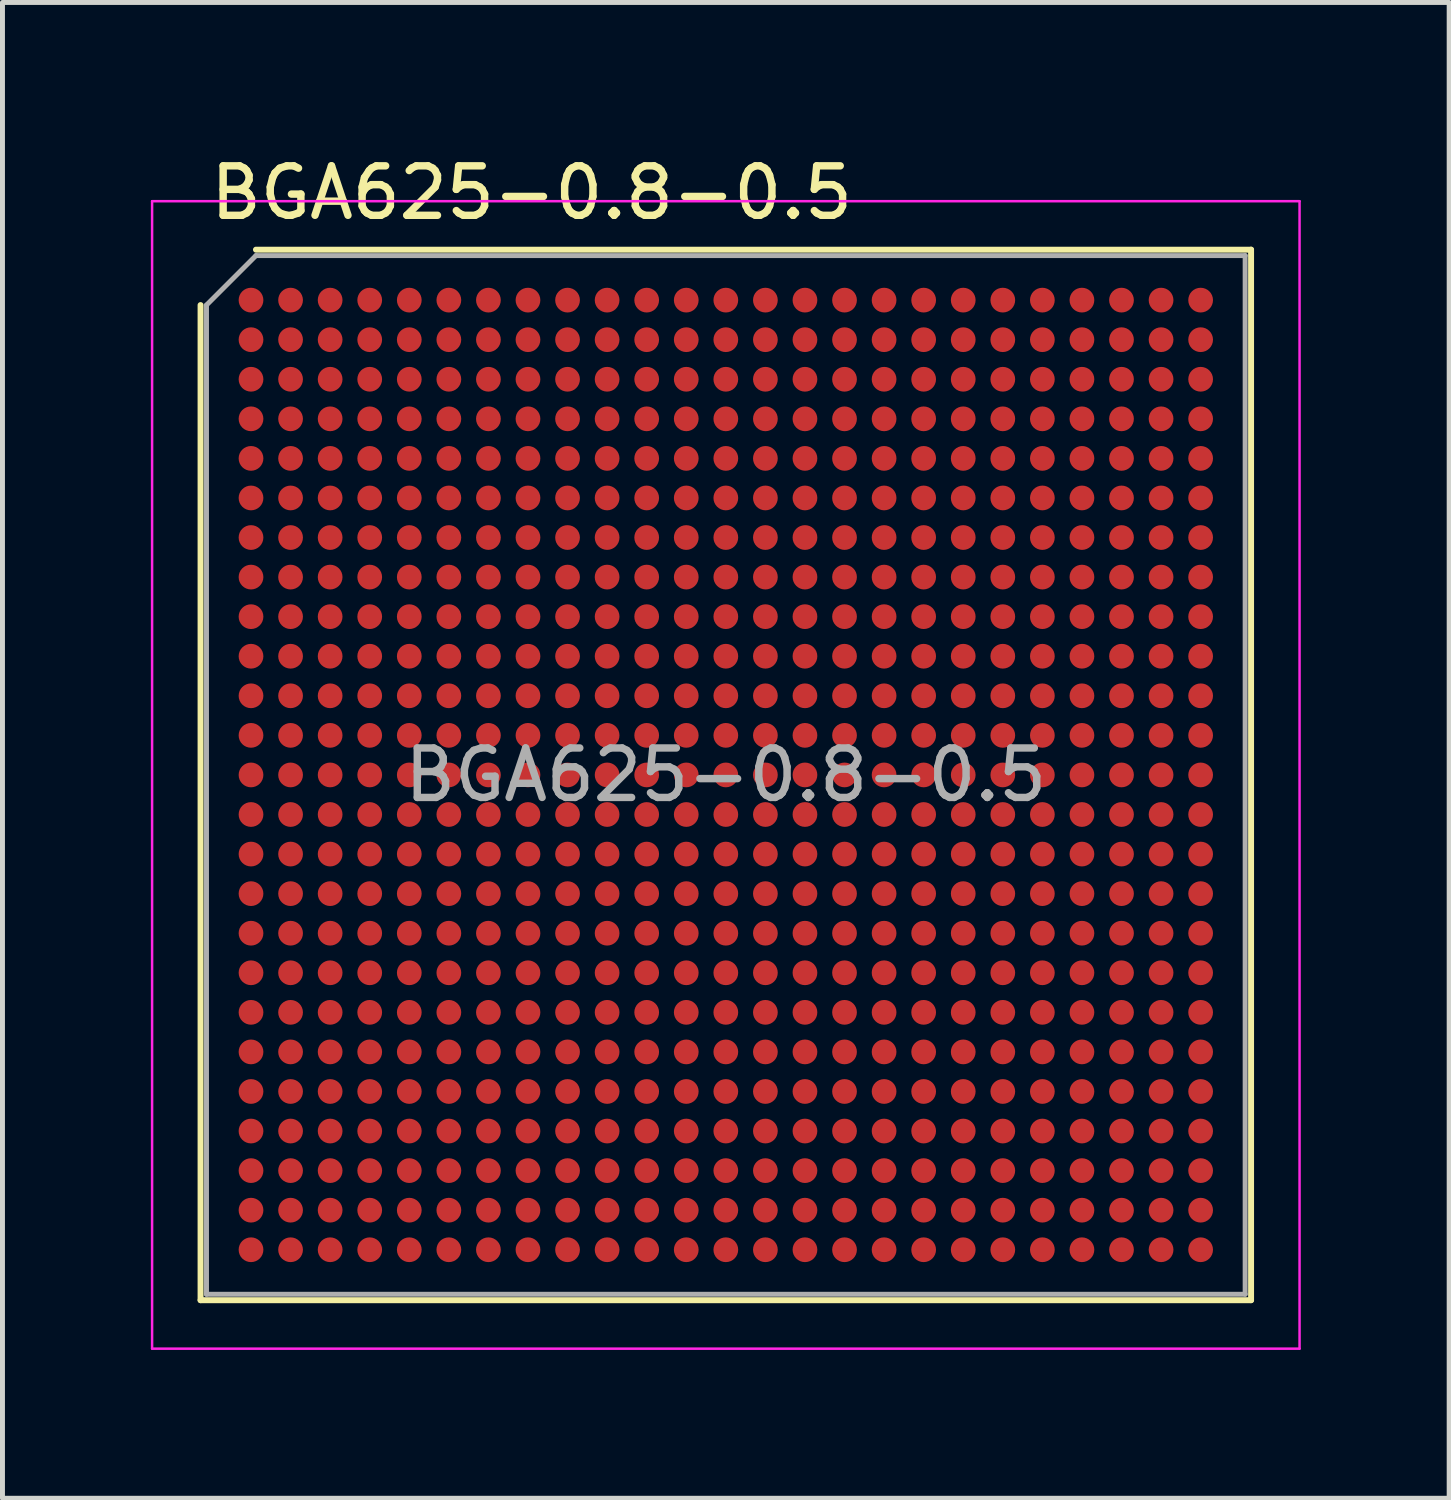
<source format=kicad_pcb>
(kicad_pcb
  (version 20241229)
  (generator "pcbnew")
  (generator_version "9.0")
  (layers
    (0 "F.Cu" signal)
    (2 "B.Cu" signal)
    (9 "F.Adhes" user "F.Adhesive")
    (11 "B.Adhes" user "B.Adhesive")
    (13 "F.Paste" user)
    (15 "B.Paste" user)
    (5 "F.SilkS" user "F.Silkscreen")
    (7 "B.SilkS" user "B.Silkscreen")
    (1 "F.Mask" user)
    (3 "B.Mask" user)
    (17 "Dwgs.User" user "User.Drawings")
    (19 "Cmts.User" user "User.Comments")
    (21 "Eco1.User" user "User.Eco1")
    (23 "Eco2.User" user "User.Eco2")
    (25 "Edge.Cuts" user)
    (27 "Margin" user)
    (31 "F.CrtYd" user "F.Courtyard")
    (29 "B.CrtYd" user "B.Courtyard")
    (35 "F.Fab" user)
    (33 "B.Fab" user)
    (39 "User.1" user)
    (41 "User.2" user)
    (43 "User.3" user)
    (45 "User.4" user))
  (footprint "BGA625-0.8-0.5"
    (layer "F.Cu")
    (at 11.625 12.618)
    (property "Reference" "BGA625-0.8-0.5" (at -10.5 -11.77 0) (layer "F.SilkS") (effects (font (size 1 1) (thickness 0.15)) (justify left)))
    (attr smd)
    (fp_line (start -10.62 -9.5) (end -10.62 10.62) (stroke (width 0.12) (type solid)) (layer "F.SilkS"))
    (fp_line (start -9.5 -10.62) (end 10.62 -10.62) (stroke (width 0.12) (type solid)) (layer "F.SilkS"))
    (fp_line (start 10.62 10.62) (end -10.62 10.62) (stroke (width 0.12) (type solid)) (layer "F.SilkS"))
    (fp_line (start 10.62 10.62) (end 10.62 -10.62) (stroke (width 0.12) (type solid)) (layer "F.SilkS"))
    (fp_line (start -11.6 -11.6) (end -11.6 11.6) (stroke (width 0.05) (type solid)) (layer "F.CrtYd"))
    (fp_line (start -11.6 -11.6) (end 11.6 -11.6) (stroke (width 0.05) (type solid)) (layer "F.CrtYd"))
    (fp_line (start 11.6 11.6) (end -11.6 11.6) (stroke (width 0.05) (type solid)) (layer "F.CrtYd"))
    (fp_line (start 11.6 11.6) (end 11.6 -11.6) (stroke (width 0.05) (type solid)) (layer "F.CrtYd"))
    (fp_line (start -10.5 -9.5) (end -10.5 10.5) (stroke (width 0.1) (type solid)) (layer "F.Fab"))
    (fp_line (start -9.5 -10.5) (end -10.5 -9.5) (stroke (width 0.1) (type solid)) (layer "F.Fab"))
    (fp_line (start -9.5 -10.5) (end 10.5 -10.5) (stroke (width 0.1) (type solid)) (layer "F.Fab"))
    (fp_line (start 10.5 10.5) (end -10.5 10.5) (stroke (width 0.1) (type solid)) (layer "F.Fab"))
    (fp_line (start 10.5 10.5) (end 10.5 -10.5) (stroke (width 0.1) (type solid)) (layer "F.Fab"))
    (fp_text user "${REFERENCE}" (at 0 0 0) (layer "F.Fab") (effects (font (size 1 1) (thickness 0.15))))
    (pad "A1" smd circle (at -9.6 -9.6) (size 0.5 0.5) (layers "F.Cu" "F.Mask" "F.Paste"))
    (pad "A2" smd circle (at -8.8 -9.6) (size 0.5 0.5) (layers "F.Cu" "F.Mask" "F.Paste"))
    (pad "A3" smd circle (at -8 -9.6) (size 0.5 0.5) (layers "F.Cu" "F.Mask" "F.Paste"))
    (pad "A4" smd circle (at -7.2 -9.6) (size 0.5 0.5) (layers "F.Cu" "F.Mask" "F.Paste"))
    (pad "A5" smd circle (at -6.4 -9.6) (size 0.5 0.5) (layers "F.Cu" "F.Mask" "F.Paste"))
    (pad "A6" smd circle (at -5.6 -9.6) (size 0.5 0.5) (layers "F.Cu" "F.Mask" "F.Paste"))
    (pad "A7" smd circle (at -4.8 -9.6) (size 0.5 0.5) (layers "F.Cu" "F.Mask" "F.Paste"))
    (pad "A8" smd circle (at -4 -9.6) (size 0.5 0.5) (layers "F.Cu" "F.Mask" "F.Paste"))
    (pad "A9" smd circle (at -3.2 -9.6) (size 0.5 0.5) (layers "F.Cu" "F.Mask" "F.Paste"))
    (pad "A10" smd circle (at -2.4 -9.6) (size 0.5 0.5) (layers "F.Cu" "F.Mask" "F.Paste"))
    (pad "A11" smd circle (at -1.6 -9.6) (size 0.5 0.5) (layers "F.Cu" "F.Mask" "F.Paste"))
    (pad "A12" smd circle (at -0.8 -9.6) (size 0.5 0.5) (layers "F.Cu" "F.Mask" "F.Paste"))
    (pad "A13" smd circle (at 0 -9.6) (size 0.5 0.5) (layers "F.Cu" "F.Mask" "F.Paste"))
    (pad "A14" smd circle (at 0.8 -9.6) (size 0.5 0.5) (layers "F.Cu" "F.Mask" "F.Paste"))
    (pad "A15" smd circle (at 1.6 -9.6) (size 0.5 0.5) (layers "F.Cu" "F.Mask" "F.Paste"))
    (pad "A16" smd circle (at 2.4 -9.6) (size 0.5 0.5) (layers "F.Cu" "F.Mask" "F.Paste"))
    (pad "A17" smd circle (at 3.2 -9.6) (size 0.5 0.5) (layers "F.Cu" "F.Mask" "F.Paste"))
    (pad "A18" smd circle (at 4 -9.6) (size 0.5 0.5) (layers "F.Cu" "F.Mask" "F.Paste"))
    (pad "A19" smd circle (at 4.8 -9.6) (size 0.5 0.5) (layers "F.Cu" "F.Mask" "F.Paste"))
    (pad "A20" smd circle (at 5.6 -9.6) (size 0.5 0.5) (layers "F.Cu" "F.Mask" "F.Paste"))
    (pad "A21" smd circle (at 6.4 -9.6) (size 0.5 0.5) (layers "F.Cu" "F.Mask" "F.Paste"))
    (pad "A22" smd circle (at 7.2 -9.6) (size 0.5 0.5) (layers "F.Cu" "F.Mask" "F.Paste"))
    (pad "A23" smd circle (at 8 -9.6) (size 0.5 0.5) (layers "F.Cu" "F.Mask" "F.Paste"))
    (pad "A24" smd circle (at 8.8 -9.6) (size 0.5 0.5) (layers "F.Cu" "F.Mask" "F.Paste"))
    (pad "A25" smd circle (at 9.6 -9.6) (size 0.5 0.5) (layers "F.Cu" "F.Mask" "F.Paste"))
    (pad "AA1" smd circle (at -9.6 6.4) (size 0.5 0.5) (layers "F.Cu" "F.Mask" "F.Paste"))
    (pad "AA2" smd circle (at -8.8 6.4) (size 0.5 0.5) (layers "F.Cu" "F.Mask" "F.Paste"))
    (pad "AA3" smd circle (at -8 6.4) (size 0.5 0.5) (layers "F.Cu" "F.Mask" "F.Paste"))
    (pad "AA4" smd circle (at -7.2 6.4) (size 0.5 0.5) (layers "F.Cu" "F.Mask" "F.Paste"))
    (pad "AA5" smd circle (at -6.4 6.4) (size 0.5 0.5) (layers "F.Cu" "F.Mask" "F.Paste"))
    (pad "AA6" smd circle (at -5.6 6.4) (size 0.5 0.5) (layers "F.Cu" "F.Mask" "F.Paste"))
    (pad "AA7" smd circle (at -4.8 6.4) (size 0.5 0.5) (layers "F.Cu" "F.Mask" "F.Paste"))
    (pad "AA8" smd circle (at -4 6.4) (size 0.5 0.5) (layers "F.Cu" "F.Mask" "F.Paste"))
    (pad "AA9" smd circle (at -3.2 6.4) (size 0.5 0.5) (layers "F.Cu" "F.Mask" "F.Paste"))
    (pad "AA10" smd circle (at -2.4 6.4) (size 0.5 0.5) (layers "F.Cu" "F.Mask" "F.Paste"))
    (pad "AA11" smd circle (at -1.6 6.4) (size 0.5 0.5) (layers "F.Cu" "F.Mask" "F.Paste"))
    (pad "AA12" smd circle (at -0.8 6.4) (size 0.5 0.5) (layers "F.Cu" "F.Mask" "F.Paste"))
    (pad "AA13" smd circle (at 0 6.4) (size 0.5 0.5) (layers "F.Cu" "F.Mask" "F.Paste"))
    (pad "AA14" smd circle (at 0.8 6.4) (size 0.5 0.5) (layers "F.Cu" "F.Mask" "F.Paste"))
    (pad "AA15" smd circle (at 1.6 6.4) (size 0.5 0.5) (layers "F.Cu" "F.Mask" "F.Paste"))
    (pad "AA16" smd circle (at 2.4 6.4) (size 0.5 0.5) (layers "F.Cu" "F.Mask" "F.Paste"))
    (pad "AA17" smd circle (at 3.2 6.4) (size 0.5 0.5) (layers "F.Cu" "F.Mask" "F.Paste"))
    (pad "AA18" smd circle (at 4 6.4) (size 0.5 0.5) (layers "F.Cu" "F.Mask" "F.Paste"))
    (pad "AA19" smd circle (at 4.8 6.4) (size 0.5 0.5) (layers "F.Cu" "F.Mask" "F.Paste"))
    (pad "AA20" smd circle (at 5.6 6.4) (size 0.5 0.5) (layers "F.Cu" "F.Mask" "F.Paste"))
    (pad "AA21" smd circle (at 6.4 6.4) (size 0.5 0.5) (layers "F.Cu" "F.Mask" "F.Paste"))
    (pad "AA22" smd circle (at 7.2 6.4) (size 0.5 0.5) (layers "F.Cu" "F.Mask" "F.Paste"))
    (pad "AA23" smd circle (at 8 6.4) (size 0.5 0.5) (layers "F.Cu" "F.Mask" "F.Paste"))
    (pad "AA24" smd circle (at 8.8 6.4) (size 0.5 0.5) (layers "F.Cu" "F.Mask" "F.Paste"))
    (pad "AA25" smd circle (at 9.6 6.4) (size 0.5 0.5) (layers "F.Cu" "F.Mask" "F.Paste"))
    (pad "AB1" smd circle (at -9.6 7.2) (size 0.5 0.5) (layers "F.Cu" "F.Mask" "F.Paste"))
    (pad "AB2" smd circle (at -8.8 7.2) (size 0.5 0.5) (layers "F.Cu" "F.Mask" "F.Paste"))
    (pad "AB3" smd circle (at -8 7.2) (size 0.5 0.5) (layers "F.Cu" "F.Mask" "F.Paste"))
    (pad "AB4" smd circle (at -7.2 7.2) (size 0.5 0.5) (layers "F.Cu" "F.Mask" "F.Paste"))
    (pad "AB5" smd circle (at -6.4 7.2) (size 0.5 0.5) (layers "F.Cu" "F.Mask" "F.Paste"))
    (pad "AB6" smd circle (at -5.6 7.2) (size 0.5 0.5) (layers "F.Cu" "F.Mask" "F.Paste"))
    (pad "AB7" smd circle (at -4.8 7.2) (size 0.5 0.5) (layers "F.Cu" "F.Mask" "F.Paste"))
    (pad "AB8" smd circle (at -4 7.2) (size 0.5 0.5) (layers "F.Cu" "F.Mask" "F.Paste"))
    (pad "AB9" smd circle (at -3.2 7.2) (size 0.5 0.5) (layers "F.Cu" "F.Mask" "F.Paste"))
    (pad "AB10" smd circle (at -2.4 7.2) (size 0.5 0.5) (layers "F.Cu" "F.Mask" "F.Paste"))
    (pad "AB11" smd circle (at -1.6 7.2) (size 0.5 0.5) (layers "F.Cu" "F.Mask" "F.Paste"))
    (pad "AB12" smd circle (at -0.8 7.2) (size 0.5 0.5) (layers "F.Cu" "F.Mask" "F.Paste"))
    (pad "AB13" smd circle (at 0 7.2) (size 0.5 0.5) (layers "F.Cu" "F.Mask" "F.Paste"))
    (pad "AB14" smd circle (at 0.8 7.2) (size 0.5 0.5) (layers "F.Cu" "F.Mask" "F.Paste"))
    (pad "AB15" smd circle (at 1.6 7.2) (size 0.5 0.5) (layers "F.Cu" "F.Mask" "F.Paste"))
    (pad "AB16" smd circle (at 2.4 7.2) (size 0.5 0.5) (layers "F.Cu" "F.Mask" "F.Paste"))
    (pad "AB17" smd circle (at 3.2 7.2) (size 0.5 0.5) (layers "F.Cu" "F.Mask" "F.Paste"))
    (pad "AB18" smd circle (at 4 7.2) (size 0.5 0.5) (layers "F.Cu" "F.Mask" "F.Paste"))
    (pad "AB19" smd circle (at 4.8 7.2) (size 0.5 0.5) (layers "F.Cu" "F.Mask" "F.Paste"))
    (pad "AB20" smd circle (at 5.6 7.2) (size 0.5 0.5) (layers "F.Cu" "F.Mask" "F.Paste"))
    (pad "AB21" smd circle (at 6.4 7.2) (size 0.5 0.5) (layers "F.Cu" "F.Mask" "F.Paste"))
    (pad "AB22" smd circle (at 7.2 7.2) (size 0.5 0.5) (layers "F.Cu" "F.Mask" "F.Paste"))
    (pad "AB23" smd circle (at 8 7.2) (size 0.5 0.5) (layers "F.Cu" "F.Mask" "F.Paste"))
    (pad "AB24" smd circle (at 8.8 7.2) (size 0.5 0.5) (layers "F.Cu" "F.Mask" "F.Paste"))
    (pad "AB25" smd circle (at 9.6 7.2) (size 0.5 0.5) (layers "F.Cu" "F.Mask" "F.Paste"))
    (pad "AC1" smd circle (at -9.6 8) (size 0.5 0.5) (layers "F.Cu" "F.Mask" "F.Paste"))
    (pad "AC2" smd circle (at -8.8 8) (size 0.5 0.5) (layers "F.Cu" "F.Mask" "F.Paste"))
    (pad "AC3" smd circle (at -8 8) (size 0.5 0.5) (layers "F.Cu" "F.Mask" "F.Paste"))
    (pad "AC4" smd circle (at -7.2 8) (size 0.5 0.5) (layers "F.Cu" "F.Mask" "F.Paste"))
    (pad "AC5" smd circle (at -6.4 8) (size 0.5 0.5) (layers "F.Cu" "F.Mask" "F.Paste"))
    (pad "AC6" smd circle (at -5.6 8) (size 0.5 0.5) (layers "F.Cu" "F.Mask" "F.Paste"))
    (pad "AC7" smd circle (at -4.8 8) (size 0.5 0.5) (layers "F.Cu" "F.Mask" "F.Paste"))
    (pad "AC8" smd circle (at -4 8) (size 0.5 0.5) (layers "F.Cu" "F.Mask" "F.Paste"))
    (pad "AC9" smd circle (at -3.2 8) (size 0.5 0.5) (layers "F.Cu" "F.Mask" "F.Paste"))
    (pad "AC10" smd circle (at -2.4 8) (size 0.5 0.5) (layers "F.Cu" "F.Mask" "F.Paste"))
    (pad "AC11" smd circle (at -1.6 8) (size 0.5 0.5) (layers "F.Cu" "F.Mask" "F.Paste"))
    (pad "AC12" smd circle (at -0.8 8) (size 0.5 0.5) (layers "F.Cu" "F.Mask" "F.Paste"))
    (pad "AC13" smd circle (at 0 8) (size 0.5 0.5) (layers "F.Cu" "F.Mask" "F.Paste"))
    (pad "AC14" smd circle (at 0.8 8) (size 0.5 0.5) (layers "F.Cu" "F.Mask" "F.Paste"))
    (pad "AC15" smd circle (at 1.6 8) (size 0.5 0.5) (layers "F.Cu" "F.Mask" "F.Paste"))
    (pad "AC16" smd circle (at 2.4 8) (size 0.5 0.5) (layers "F.Cu" "F.Mask" "F.Paste"))
    (pad "AC17" smd circle (at 3.2 8) (size 0.5 0.5) (layers "F.Cu" "F.Mask" "F.Paste"))
    (pad "AC18" smd circle (at 4 8) (size 0.5 0.5) (layers "F.Cu" "F.Mask" "F.Paste"))
    (pad "AC19" smd circle (at 4.8 8) (size 0.5 0.5) (layers "F.Cu" "F.Mask" "F.Paste"))
    (pad "AC20" smd circle (at 5.6 8) (size 0.5 0.5) (layers "F.Cu" "F.Mask" "F.Paste"))
    (pad "AC21" smd circle (at 6.4 8) (size 0.5 0.5) (layers "F.Cu" "F.Mask" "F.Paste"))
    (pad "AC22" smd circle (at 7.2 8) (size 0.5 0.5) (layers "F.Cu" "F.Mask" "F.Paste"))
    (pad "AC23" smd circle (at 8 8) (size 0.5 0.5) (layers "F.Cu" "F.Mask" "F.Paste"))
    (pad "AC24" smd circle (at 8.8 8) (size 0.5 0.5) (layers "F.Cu" "F.Mask" "F.Paste"))
    (pad "AC25" smd circle (at 9.6 8) (size 0.5 0.5) (layers "F.Cu" "F.Mask" "F.Paste"))
    (pad "AD1" smd circle (at -9.6 8.8) (size 0.5 0.5) (layers "F.Cu" "F.Mask" "F.Paste"))
    (pad "AD2" smd circle (at -8.8 8.8) (size 0.5 0.5) (layers "F.Cu" "F.Mask" "F.Paste"))
    (pad "AD3" smd circle (at -8 8.8) (size 0.5 0.5) (layers "F.Cu" "F.Mask" "F.Paste"))
    (pad "AD4" smd circle (at -7.2 8.8) (size 0.5 0.5) (layers "F.Cu" "F.Mask" "F.Paste"))
    (pad "AD5" smd circle (at -6.4 8.8) (size 0.5 0.5) (layers "F.Cu" "F.Mask" "F.Paste"))
    (pad "AD6" smd circle (at -5.6 8.8) (size 0.5 0.5) (layers "F.Cu" "F.Mask" "F.Paste"))
    (pad "AD7" smd circle (at -4.8 8.8) (size 0.5 0.5) (layers "F.Cu" "F.Mask" "F.Paste"))
    (pad "AD8" smd circle (at -4 8.8) (size 0.5 0.5) (layers "F.Cu" "F.Mask" "F.Paste"))
    (pad "AD9" smd circle (at -3.2 8.8) (size 0.5 0.5) (layers "F.Cu" "F.Mask" "F.Paste"))
    (pad "AD10" smd circle (at -2.4 8.8) (size 0.5 0.5) (layers "F.Cu" "F.Mask" "F.Paste"))
    (pad "AD11" smd circle (at -1.6 8.8) (size 0.5 0.5) (layers "F.Cu" "F.Mask" "F.Paste"))
    (pad "AD12" smd circle (at -0.8 8.8) (size 0.5 0.5) (layers "F.Cu" "F.Mask" "F.Paste"))
    (pad "AD13" smd circle (at 0 8.8) (size 0.5 0.5) (layers "F.Cu" "F.Mask" "F.Paste"))
    (pad "AD14" smd circle (at 0.8 8.8) (size 0.5 0.5) (layers "F.Cu" "F.Mask" "F.Paste"))
    (pad "AD15" smd circle (at 1.6 8.8) (size 0.5 0.5) (layers "F.Cu" "F.Mask" "F.Paste"))
    (pad "AD16" smd circle (at 2.4 8.8) (size 0.5 0.5) (layers "F.Cu" "F.Mask" "F.Paste"))
    (pad "AD17" smd circle (at 3.2 8.8) (size 0.5 0.5) (layers "F.Cu" "F.Mask" "F.Paste"))
    (pad "AD18" smd circle (at 4 8.8) (size 0.5 0.5) (layers "F.Cu" "F.Mask" "F.Paste"))
    (pad "AD19" smd circle (at 4.8 8.8) (size 0.5 0.5) (layers "F.Cu" "F.Mask" "F.Paste"))
    (pad "AD20" smd circle (at 5.6 8.8) (size 0.5 0.5) (layers "F.Cu" "F.Mask" "F.Paste"))
    (pad "AD21" smd circle (at 6.4 8.8) (size 0.5 0.5) (layers "F.Cu" "F.Mask" "F.Paste"))
    (pad "AD22" smd circle (at 7.2 8.8) (size 0.5 0.5) (layers "F.Cu" "F.Mask" "F.Paste"))
    (pad "AD23" smd circle (at 8 8.8) (size 0.5 0.5) (layers "F.Cu" "F.Mask" "F.Paste"))
    (pad "AD24" smd circle (at 8.8 8.8) (size 0.5 0.5) (layers "F.Cu" "F.Mask" "F.Paste"))
    (pad "AD25" smd circle (at 9.6 8.8) (size 0.5 0.5) (layers "F.Cu" "F.Mask" "F.Paste"))
    (pad "AE1" smd circle (at -9.6 9.6) (size 0.5 0.5) (layers "F.Cu" "F.Mask" "F.Paste"))
    (pad "AE2" smd circle (at -8.8 9.6) (size 0.5 0.5) (layers "F.Cu" "F.Mask" "F.Paste"))
    (pad "AE3" smd circle (at -8 9.6) (size 0.5 0.5) (layers "F.Cu" "F.Mask" "F.Paste"))
    (pad "AE4" smd circle (at -7.2 9.6) (size 0.5 0.5) (layers "F.Cu" "F.Mask" "F.Paste"))
    (pad "AE5" smd circle (at -6.4 9.6) (size 0.5 0.5) (layers "F.Cu" "F.Mask" "F.Paste"))
    (pad "AE6" smd circle (at -5.6 9.6) (size 0.5 0.5) (layers "F.Cu" "F.Mask" "F.Paste"))
    (pad "AE7" smd circle (at -4.8 9.6) (size 0.5 0.5) (layers "F.Cu" "F.Mask" "F.Paste"))
    (pad "AE8" smd circle (at -4 9.6) (size 0.5 0.5) (layers "F.Cu" "F.Mask" "F.Paste"))
    (pad "AE9" smd circle (at -3.2 9.6) (size 0.5 0.5) (layers "F.Cu" "F.Mask" "F.Paste"))
    (pad "AE10" smd circle (at -2.4 9.6) (size 0.5 0.5) (layers "F.Cu" "F.Mask" "F.Paste"))
    (pad "AE11" smd circle (at -1.6 9.6) (size 0.5 0.5) (layers "F.Cu" "F.Mask" "F.Paste"))
    (pad "AE12" smd circle (at -0.8 9.6) (size 0.5 0.5) (layers "F.Cu" "F.Mask" "F.Paste"))
    (pad "AE13" smd circle (at 0 9.6) (size 0.5 0.5) (layers "F.Cu" "F.Mask" "F.Paste"))
    (pad "AE14" smd circle (at 0.8 9.6) (size 0.5 0.5) (layers "F.Cu" "F.Mask" "F.Paste"))
    (pad "AE15" smd circle (at 1.6 9.6) (size 0.5 0.5) (layers "F.Cu" "F.Mask" "F.Paste"))
    (pad "AE16" smd circle (at 2.4 9.6) (size 0.5 0.5) (layers "F.Cu" "F.Mask" "F.Paste"))
    (pad "AE17" smd circle (at 3.2 9.6) (size 0.5 0.5) (layers "F.Cu" "F.Mask" "F.Paste"))
    (pad "AE18" smd circle (at 4 9.6) (size 0.5 0.5) (layers "F.Cu" "F.Mask" "F.Paste"))
    (pad "AE19" smd circle (at 4.8 9.6) (size 0.5 0.5) (layers "F.Cu" "F.Mask" "F.Paste"))
    (pad "AE20" smd circle (at 5.6 9.6) (size 0.5 0.5) (layers "F.Cu" "F.Mask" "F.Paste"))
    (pad "AE21" smd circle (at 6.4 9.6) (size 0.5 0.5) (layers "F.Cu" "F.Mask" "F.Paste"))
    (pad "AE22" smd circle (at 7.2 9.6) (size 0.5 0.5) (layers "F.Cu" "F.Mask" "F.Paste"))
    (pad "AE23" smd circle (at 8 9.6) (size 0.5 0.5) (layers "F.Cu" "F.Mask" "F.Paste"))
    (pad "AE24" smd circle (at 8.8 9.6) (size 0.5 0.5) (layers "F.Cu" "F.Mask" "F.Paste"))
    (pad "AE25" smd circle (at 9.6 9.6) (size 0.5 0.5) (layers "F.Cu" "F.Mask" "F.Paste"))
    (pad "B1" smd circle (at -9.6 -8.8) (size 0.5 0.5) (layers "F.Cu" "F.Mask" "F.Paste"))
    (pad "B2" smd circle (at -8.8 -8.8) (size 0.5 0.5) (layers "F.Cu" "F.Mask" "F.Paste"))
    (pad "B3" smd circle (at -8 -8.8) (size 0.5 0.5) (layers "F.Cu" "F.Mask" "F.Paste"))
    (pad "B4" smd circle (at -7.2 -8.8) (size 0.5 0.5) (layers "F.Cu" "F.Mask" "F.Paste"))
    (pad "B5" smd circle (at -6.4 -8.8) (size 0.5 0.5) (layers "F.Cu" "F.Mask" "F.Paste"))
    (pad "B6" smd circle (at -5.6 -8.8) (size 0.5 0.5) (layers "F.Cu" "F.Mask" "F.Paste"))
    (pad "B7" smd circle (at -4.8 -8.8) (size 0.5 0.5) (layers "F.Cu" "F.Mask" "F.Paste"))
    (pad "B8" smd circle (at -4 -8.8) (size 0.5 0.5) (layers "F.Cu" "F.Mask" "F.Paste"))
    (pad "B9" smd circle (at -3.2 -8.8) (size 0.5 0.5) (layers "F.Cu" "F.Mask" "F.Paste"))
    (pad "B10" smd circle (at -2.4 -8.8) (size 0.5 0.5) (layers "F.Cu" "F.Mask" "F.Paste"))
    (pad "B11" smd circle (at -1.6 -8.8) (size 0.5 0.5) (layers "F.Cu" "F.Mask" "F.Paste"))
    (pad "B12" smd circle (at -0.8 -8.8) (size 0.5 0.5) (layers "F.Cu" "F.Mask" "F.Paste"))
    (pad "B13" smd circle (at 0 -8.8) (size 0.5 0.5) (layers "F.Cu" "F.Mask" "F.Paste"))
    (pad "B14" smd circle (at 0.8 -8.8) (size 0.5 0.5) (layers "F.Cu" "F.Mask" "F.Paste"))
    (pad "B15" smd circle (at 1.6 -8.8) (size 0.5 0.5) (layers "F.Cu" "F.Mask" "F.Paste"))
    (pad "B16" smd circle (at 2.4 -8.8) (size 0.5 0.5) (layers "F.Cu" "F.Mask" "F.Paste"))
    (pad "B17" smd circle (at 3.2 -8.8) (size 0.5 0.5) (layers "F.Cu" "F.Mask" "F.Paste"))
    (pad "B18" smd circle (at 4 -8.8) (size 0.5 0.5) (layers "F.Cu" "F.Mask" "F.Paste"))
    (pad "B19" smd circle (at 4.8 -8.8) (size 0.5 0.5) (layers "F.Cu" "F.Mask" "F.Paste"))
    (pad "B20" smd circle (at 5.6 -8.8) (size 0.5 0.5) (layers "F.Cu" "F.Mask" "F.Paste"))
    (pad "B21" smd circle (at 6.4 -8.8) (size 0.5 0.5) (layers "F.Cu" "F.Mask" "F.Paste"))
    (pad "B22" smd circle (at 7.2 -8.8) (size 0.5 0.5) (layers "F.Cu" "F.Mask" "F.Paste"))
    (pad "B23" smd circle (at 8 -8.8) (size 0.5 0.5) (layers "F.Cu" "F.Mask" "F.Paste"))
    (pad "B24" smd circle (at 8.8 -8.8) (size 0.5 0.5) (layers "F.Cu" "F.Mask" "F.Paste"))
    (pad "B25" smd circle (at 9.6 -8.8) (size 0.5 0.5) (layers "F.Cu" "F.Mask" "F.Paste"))
    (pad "C1" smd circle (at -9.6 -8) (size 0.5 0.5) (layers "F.Cu" "F.Mask" "F.Paste"))
    (pad "C2" smd circle (at -8.8 -8) (size 0.5 0.5) (layers "F.Cu" "F.Mask" "F.Paste"))
    (pad "C3" smd circle (at -8 -8) (size 0.5 0.5) (layers "F.Cu" "F.Mask" "F.Paste"))
    (pad "C4" smd circle (at -7.2 -8) (size 0.5 0.5) (layers "F.Cu" "F.Mask" "F.Paste"))
    (pad "C5" smd circle (at -6.4 -8) (size 0.5 0.5) (layers "F.Cu" "F.Mask" "F.Paste"))
    (pad "C6" smd circle (at -5.6 -8) (size 0.5 0.5) (layers "F.Cu" "F.Mask" "F.Paste"))
    (pad "C7" smd circle (at -4.8 -8) (size 0.5 0.5) (layers "F.Cu" "F.Mask" "F.Paste"))
    (pad "C8" smd circle (at -4 -8) (size 0.5 0.5) (layers "F.Cu" "F.Mask" "F.Paste"))
    (pad "C9" smd circle (at -3.2 -8) (size 0.5 0.5) (layers "F.Cu" "F.Mask" "F.Paste"))
    (pad "C10" smd circle (at -2.4 -8) (size 0.5 0.5) (layers "F.Cu" "F.Mask" "F.Paste"))
    (pad "C11" smd circle (at -1.6 -8) (size 0.5 0.5) (layers "F.Cu" "F.Mask" "F.Paste"))
    (pad "C12" smd circle (at -0.8 -8) (size 0.5 0.5) (layers "F.Cu" "F.Mask" "F.Paste"))
    (pad "C13" smd circle (at 0 -8) (size 0.5 0.5) (layers "F.Cu" "F.Mask" "F.Paste"))
    (pad "C14" smd circle (at 0.8 -8) (size 0.5 0.5) (layers "F.Cu" "F.Mask" "F.Paste"))
    (pad "C15" smd circle (at 1.6 -8) (size 0.5 0.5) (layers "F.Cu" "F.Mask" "F.Paste"))
    (pad "C16" smd circle (at 2.4 -8) (size 0.5 0.5) (layers "F.Cu" "F.Mask" "F.Paste"))
    (pad "C17" smd circle (at 3.2 -8) (size 0.5 0.5) (layers "F.Cu" "F.Mask" "F.Paste"))
    (pad "C18" smd circle (at 4 -8) (size 0.5 0.5) (layers "F.Cu" "F.Mask" "F.Paste"))
    (pad "C19" smd circle (at 4.8 -8) (size 0.5 0.5) (layers "F.Cu" "F.Mask" "F.Paste"))
    (pad "C20" smd circle (at 5.6 -8) (size 0.5 0.5) (layers "F.Cu" "F.Mask" "F.Paste"))
    (pad "C21" smd circle (at 6.4 -8) (size 0.5 0.5) (layers "F.Cu" "F.Mask" "F.Paste"))
    (pad "C22" smd circle (at 7.2 -8) (size 0.5 0.5) (layers "F.Cu" "F.Mask" "F.Paste"))
    (pad "C23" smd circle (at 8 -8) (size 0.5 0.5) (layers "F.Cu" "F.Mask" "F.Paste"))
    (pad "C24" smd circle (at 8.8 -8) (size 0.5 0.5) (layers "F.Cu" "F.Mask" "F.Paste"))
    (pad "C25" smd circle (at 9.6 -8) (size 0.5 0.5) (layers "F.Cu" "F.Mask" "F.Paste"))
    (pad "D1" smd circle (at -9.6 -7.2) (size 0.5 0.5) (layers "F.Cu" "F.Mask" "F.Paste"))
    (pad "D2" smd circle (at -8.8 -7.2) (size 0.5 0.5) (layers "F.Cu" "F.Mask" "F.Paste"))
    (pad "D3" smd circle (at -8 -7.2) (size 0.5 0.5) (layers "F.Cu" "F.Mask" "F.Paste"))
    (pad "D4" smd circle (at -7.2 -7.2) (size 0.5 0.5) (layers "F.Cu" "F.Mask" "F.Paste"))
    (pad "D5" smd circle (at -6.4 -7.2) (size 0.5 0.5) (layers "F.Cu" "F.Mask" "F.Paste"))
    (pad "D6" smd circle (at -5.6 -7.2) (size 0.5 0.5) (layers "F.Cu" "F.Mask" "F.Paste"))
    (pad "D7" smd circle (at -4.8 -7.2) (size 0.5 0.5) (layers "F.Cu" "F.Mask" "F.Paste"))
    (pad "D8" smd circle (at -4 -7.2) (size 0.5 0.5) (layers "F.Cu" "F.Mask" "F.Paste"))
    (pad "D9" smd circle (at -3.2 -7.2) (size 0.5 0.5) (layers "F.Cu" "F.Mask" "F.Paste"))
    (pad "D10" smd circle (at -2.4 -7.2) (size 0.5 0.5) (layers "F.Cu" "F.Mask" "F.Paste"))
    (pad "D11" smd circle (at -1.6 -7.2) (size 0.5 0.5) (layers "F.Cu" "F.Mask" "F.Paste"))
    (pad "D12" smd circle (at -0.8 -7.2) (size 0.5 0.5) (layers "F.Cu" "F.Mask" "F.Paste"))
    (pad "D13" smd circle (at 0 -7.2) (size 0.5 0.5) (layers "F.Cu" "F.Mask" "F.Paste"))
    (pad "D14" smd circle (at 0.8 -7.2) (size 0.5 0.5) (layers "F.Cu" "F.Mask" "F.Paste"))
    (pad "D15" smd circle (at 1.6 -7.2) (size 0.5 0.5) (layers "F.Cu" "F.Mask" "F.Paste"))
    (pad "D16" smd circle (at 2.4 -7.2) (size 0.5 0.5) (layers "F.Cu" "F.Mask" "F.Paste"))
    (pad "D17" smd circle (at 3.2 -7.2) (size 0.5 0.5) (layers "F.Cu" "F.Mask" "F.Paste"))
    (pad "D18" smd circle (at 4 -7.2) (size 0.5 0.5) (layers "F.Cu" "F.Mask" "F.Paste"))
    (pad "D19" smd circle (at 4.8 -7.2) (size 0.5 0.5) (layers "F.Cu" "F.Mask" "F.Paste"))
    (pad "D20" smd circle (at 5.6 -7.2) (size 0.5 0.5) (layers "F.Cu" "F.Mask" "F.Paste"))
    (pad "D21" smd circle (at 6.4 -7.2) (size 0.5 0.5) (layers "F.Cu" "F.Mask" "F.Paste"))
    (pad "D22" smd circle (at 7.2 -7.2) (size 0.5 0.5) (layers "F.Cu" "F.Mask" "F.Paste"))
    (pad "D23" smd circle (at 8 -7.2) (size 0.5 0.5) (layers "F.Cu" "F.Mask" "F.Paste"))
    (pad "D24" smd circle (at 8.8 -7.2) (size 0.5 0.5) (layers "F.Cu" "F.Mask" "F.Paste"))
    (pad "D25" smd circle (at 9.6 -7.2) (size 0.5 0.5) (layers "F.Cu" "F.Mask" "F.Paste"))
    (pad "E1" smd circle (at -9.6 -6.4) (size 0.5 0.5) (layers "F.Cu" "F.Mask" "F.Paste"))
    (pad "E2" smd circle (at -8.8 -6.4) (size 0.5 0.5) (layers "F.Cu" "F.Mask" "F.Paste"))
    (pad "E3" smd circle (at -8 -6.4) (size 0.5 0.5) (layers "F.Cu" "F.Mask" "F.Paste"))
    (pad "E4" smd circle (at -7.2 -6.4) (size 0.5 0.5) (layers "F.Cu" "F.Mask" "F.Paste"))
    (pad "E5" smd circle (at -6.4 -6.4) (size 0.5 0.5) (layers "F.Cu" "F.Mask" "F.Paste"))
    (pad "E6" smd circle (at -5.6 -6.4) (size 0.5 0.5) (layers "F.Cu" "F.Mask" "F.Paste"))
    (pad "E7" smd circle (at -4.8 -6.4) (size 0.5 0.5) (layers "F.Cu" "F.Mask" "F.Paste"))
    (pad "E8" smd circle (at -4 -6.4) (size 0.5 0.5) (layers "F.Cu" "F.Mask" "F.Paste"))
    (pad "E9" smd circle (at -3.2 -6.4) (size 0.5 0.5) (layers "F.Cu" "F.Mask" "F.Paste"))
    (pad "E10" smd circle (at -2.4 -6.4) (size 0.5 0.5) (layers "F.Cu" "F.Mask" "F.Paste"))
    (pad "E11" smd circle (at -1.6 -6.4) (size 0.5 0.5) (layers "F.Cu" "F.Mask" "F.Paste"))
    (pad "E12" smd circle (at -0.8 -6.4) (size 0.5 0.5) (layers "F.Cu" "F.Mask" "F.Paste"))
    (pad "E13" smd circle (at 0 -6.4) (size 0.5 0.5) (layers "F.Cu" "F.Mask" "F.Paste"))
    (pad "E14" smd circle (at 0.8 -6.4) (size 0.5 0.5) (layers "F.Cu" "F.Mask" "F.Paste"))
    (pad "E15" smd circle (at 1.6 -6.4) (size 0.5 0.5) (layers "F.Cu" "F.Mask" "F.Paste"))
    (pad "E16" smd circle (at 2.4 -6.4) (size 0.5 0.5) (layers "F.Cu" "F.Mask" "F.Paste"))
    (pad "E17" smd circle (at 3.2 -6.4) (size 0.5 0.5) (layers "F.Cu" "F.Mask" "F.Paste"))
    (pad "E18" smd circle (at 4 -6.4) (size 0.5 0.5) (layers "F.Cu" "F.Mask" "F.Paste"))
    (pad "E19" smd circle (at 4.8 -6.4) (size 0.5 0.5) (layers "F.Cu" "F.Mask" "F.Paste"))
    (pad "E20" smd circle (at 5.6 -6.4) (size 0.5 0.5) (layers "F.Cu" "F.Mask" "F.Paste"))
    (pad "E21" smd circle (at 6.4 -6.4) (size 0.5 0.5) (layers "F.Cu" "F.Mask" "F.Paste"))
    (pad "E22" smd circle (at 7.2 -6.4) (size 0.5 0.5) (layers "F.Cu" "F.Mask" "F.Paste"))
    (pad "E23" smd circle (at 8 -6.4) (size 0.5 0.5) (layers "F.Cu" "F.Mask" "F.Paste"))
    (pad "E24" smd circle (at 8.8 -6.4) (size 0.5 0.5) (layers "F.Cu" "F.Mask" "F.Paste"))
    (pad "E25" smd circle (at 9.6 -6.4) (size 0.5 0.5) (layers "F.Cu" "F.Mask" "F.Paste"))
    (pad "F1" smd circle (at -9.6 -5.6) (size 0.5 0.5) (layers "F.Cu" "F.Mask" "F.Paste"))
    (pad "F2" smd circle (at -8.8 -5.6) (size 0.5 0.5) (layers "F.Cu" "F.Mask" "F.Paste"))
    (pad "F3" smd circle (at -8 -5.6) (size 0.5 0.5) (layers "F.Cu" "F.Mask" "F.Paste"))
    (pad "F4" smd circle (at -7.2 -5.6) (size 0.5 0.5) (layers "F.Cu" "F.Mask" "F.Paste"))
    (pad "F5" smd circle (at -6.4 -5.6) (size 0.5 0.5) (layers "F.Cu" "F.Mask" "F.Paste"))
    (pad "F6" smd circle (at -5.6 -5.6) (size 0.5 0.5) (layers "F.Cu" "F.Mask" "F.Paste"))
    (pad "F7" smd circle (at -4.8 -5.6) (size 0.5 0.5) (layers "F.Cu" "F.Mask" "F.Paste"))
    (pad "F8" smd circle (at -4 -5.6) (size 0.5 0.5) (layers "F.Cu" "F.Mask" "F.Paste"))
    (pad "F9" smd circle (at -3.2 -5.6) (size 0.5 0.5) (layers "F.Cu" "F.Mask" "F.Paste"))
    (pad "F10" smd circle (at -2.4 -5.6) (size 0.5 0.5) (layers "F.Cu" "F.Mask" "F.Paste"))
    (pad "F11" smd circle (at -1.6 -5.6) (size 0.5 0.5) (layers "F.Cu" "F.Mask" "F.Paste"))
    (pad "F12" smd circle (at -0.8 -5.6) (size 0.5 0.5) (layers "F.Cu" "F.Mask" "F.Paste"))
    (pad "F13" smd circle (at 0 -5.6) (size 0.5 0.5) (layers "F.Cu" "F.Mask" "F.Paste"))
    (pad "F14" smd circle (at 0.8 -5.6) (size 0.5 0.5) (layers "F.Cu" "F.Mask" "F.Paste"))
    (pad "F15" smd circle (at 1.6 -5.6) (size 0.5 0.5) (layers "F.Cu" "F.Mask" "F.Paste"))
    (pad "F16" smd circle (at 2.4 -5.6) (size 0.5 0.5) (layers "F.Cu" "F.Mask" "F.Paste"))
    (pad "F17" smd circle (at 3.2 -5.6) (size 0.5 0.5) (layers "F.Cu" "F.Mask" "F.Paste"))
    (pad "F18" smd circle (at 4 -5.6) (size 0.5 0.5) (layers "F.Cu" "F.Mask" "F.Paste"))
    (pad "F19" smd circle (at 4.8 -5.6) (size 0.5 0.5) (layers "F.Cu" "F.Mask" "F.Paste"))
    (pad "F20" smd circle (at 5.6 -5.6) (size 0.5 0.5) (layers "F.Cu" "F.Mask" "F.Paste"))
    (pad "F21" smd circle (at 6.4 -5.6) (size 0.5 0.5) (layers "F.Cu" "F.Mask" "F.Paste"))
    (pad "F22" smd circle (at 7.2 -5.6) (size 0.5 0.5) (layers "F.Cu" "F.Mask" "F.Paste"))
    (pad "F23" smd circle (at 8 -5.6) (size 0.5 0.5) (layers "F.Cu" "F.Mask" "F.Paste"))
    (pad "F24" smd circle (at 8.8 -5.6) (size 0.5 0.5) (layers "F.Cu" "F.Mask" "F.Paste"))
    (pad "F25" smd circle (at 9.6 -5.6) (size 0.5 0.5) (layers "F.Cu" "F.Mask" "F.Paste"))
    (pad "G1" smd circle (at -9.6 -4.8) (size 0.5 0.5) (layers "F.Cu" "F.Mask" "F.Paste"))
    (pad "G2" smd circle (at -8.8 -4.8) (size 0.5 0.5) (layers "F.Cu" "F.Mask" "F.Paste"))
    (pad "G3" smd circle (at -8 -4.8) (size 0.5 0.5) (layers "F.Cu" "F.Mask" "F.Paste"))
    (pad "G4" smd circle (at -7.2 -4.8) (size 0.5 0.5) (layers "F.Cu" "F.Mask" "F.Paste"))
    (pad "G5" smd circle (at -6.4 -4.8) (size 0.5 0.5) (layers "F.Cu" "F.Mask" "F.Paste"))
    (pad "G6" smd circle (at -5.6 -4.8) (size 0.5 0.5) (layers "F.Cu" "F.Mask" "F.Paste"))
    (pad "G7" smd circle (at -4.8 -4.8) (size 0.5 0.5) (layers "F.Cu" "F.Mask" "F.Paste"))
    (pad "G8" smd circle (at -4 -4.8) (size 0.5 0.5) (layers "F.Cu" "F.Mask" "F.Paste"))
    (pad "G9" smd circle (at -3.2 -4.8) (size 0.5 0.5) (layers "F.Cu" "F.Mask" "F.Paste"))
    (pad "G10" smd circle (at -2.4 -4.8) (size 0.5 0.5) (layers "F.Cu" "F.Mask" "F.Paste"))
    (pad "G11" smd circle (at -1.6 -4.8) (size 0.5 0.5) (layers "F.Cu" "F.Mask" "F.Paste"))
    (pad "G12" smd circle (at -0.8 -4.8) (size 0.5 0.5) (layers "F.Cu" "F.Mask" "F.Paste"))
    (pad "G13" smd circle (at 0 -4.8) (size 0.5 0.5) (layers "F.Cu" "F.Mask" "F.Paste"))
    (pad "G14" smd circle (at 0.8 -4.8) (size 0.5 0.5) (layers "F.Cu" "F.Mask" "F.Paste"))
    (pad "G15" smd circle (at 1.6 -4.8) (size 0.5 0.5) (layers "F.Cu" "F.Mask" "F.Paste"))
    (pad "G16" smd circle (at 2.4 -4.8) (size 0.5 0.5) (layers "F.Cu" "F.Mask" "F.Paste"))
    (pad "G17" smd circle (at 3.2 -4.8) (size 0.5 0.5) (layers "F.Cu" "F.Mask" "F.Paste"))
    (pad "G18" smd circle (at 4 -4.8) (size 0.5 0.5) (layers "F.Cu" "F.Mask" "F.Paste"))
    (pad "G19" smd circle (at 4.8 -4.8) (size 0.5 0.5) (layers "F.Cu" "F.Mask" "F.Paste"))
    (pad "G20" smd circle (at 5.6 -4.8) (size 0.5 0.5) (layers "F.Cu" "F.Mask" "F.Paste"))
    (pad "G21" smd circle (at 6.4 -4.8) (size 0.5 0.5) (layers "F.Cu" "F.Mask" "F.Paste"))
    (pad "G22" smd circle (at 7.2 -4.8) (size 0.5 0.5) (layers "F.Cu" "F.Mask" "F.Paste"))
    (pad "G23" smd circle (at 8 -4.8) (size 0.5 0.5) (layers "F.Cu" "F.Mask" "F.Paste"))
    (pad "G24" smd circle (at 8.8 -4.8) (size 0.5 0.5) (layers "F.Cu" "F.Mask" "F.Paste"))
    (pad "G25" smd circle (at 9.6 -4.8) (size 0.5 0.5) (layers "F.Cu" "F.Mask" "F.Paste"))
    (pad "H1" smd circle (at -9.6 -4) (size 0.5 0.5) (layers "F.Cu" "F.Mask" "F.Paste"))
    (pad "H2" smd circle (at -8.8 -4) (size 0.5 0.5) (layers "F.Cu" "F.Mask" "F.Paste"))
    (pad "H3" smd circle (at -8 -4) (size 0.5 0.5) (layers "F.Cu" "F.Mask" "F.Paste"))
    (pad "H4" smd circle (at -7.2 -4) (size 0.5 0.5) (layers "F.Cu" "F.Mask" "F.Paste"))
    (pad "H5" smd circle (at -6.4 -4) (size 0.5 0.5) (layers "F.Cu" "F.Mask" "F.Paste"))
    (pad "H6" smd circle (at -5.6 -4) (size 0.5 0.5) (layers "F.Cu" "F.Mask" "F.Paste"))
    (pad "H7" smd circle (at -4.8 -4) (size 0.5 0.5) (layers "F.Cu" "F.Mask" "F.Paste"))
    (pad "H8" smd circle (at -4 -4) (size 0.5 0.5) (layers "F.Cu" "F.Mask" "F.Paste"))
    (pad "H9" smd circle (at -3.2 -4) (size 0.5 0.5) (layers "F.Cu" "F.Mask" "F.Paste"))
    (pad "H10" smd circle (at -2.4 -4) (size 0.5 0.5) (layers "F.Cu" "F.Mask" "F.Paste"))
    (pad "H11" smd circle (at -1.6 -4) (size 0.5 0.5) (layers "F.Cu" "F.Mask" "F.Paste"))
    (pad "H12" smd circle (at -0.8 -4) (size 0.5 0.5) (layers "F.Cu" "F.Mask" "F.Paste"))
    (pad "H13" smd circle (at 0 -4) (size 0.5 0.5) (layers "F.Cu" "F.Mask" "F.Paste"))
    (pad "H14" smd circle (at 0.8 -4) (size 0.5 0.5) (layers "F.Cu" "F.Mask" "F.Paste"))
    (pad "H15" smd circle (at 1.6 -4) (size 0.5 0.5) (layers "F.Cu" "F.Mask" "F.Paste"))
    (pad "H16" smd circle (at 2.4 -4) (size 0.5 0.5) (layers "F.Cu" "F.Mask" "F.Paste"))
    (pad "H17" smd circle (at 3.2 -4) (size 0.5 0.5) (layers "F.Cu" "F.Mask" "F.Paste"))
    (pad "H18" smd circle (at 4 -4) (size 0.5 0.5) (layers "F.Cu" "F.Mask" "F.Paste"))
    (pad "H19" smd circle (at 4.8 -4) (size 0.5 0.5) (layers "F.Cu" "F.Mask" "F.Paste"))
    (pad "H20" smd circle (at 5.6 -4) (size 0.5 0.5) (layers "F.Cu" "F.Mask" "F.Paste"))
    (pad "H21" smd circle (at 6.4 -4) (size 0.5 0.5) (layers "F.Cu" "F.Mask" "F.Paste"))
    (pad "H22" smd circle (at 7.2 -4) (size 0.5 0.5) (layers "F.Cu" "F.Mask" "F.Paste"))
    (pad "H23" smd circle (at 8 -4) (size 0.5 0.5) (layers "F.Cu" "F.Mask" "F.Paste"))
    (pad "H24" smd circle (at 8.8 -4) (size 0.5 0.5) (layers "F.Cu" "F.Mask" "F.Paste"))
    (pad "H25" smd circle (at 9.6 -4) (size 0.5 0.5) (layers "F.Cu" "F.Mask" "F.Paste"))
    (pad "J1" smd circle (at -9.6 -3.2) (size 0.5 0.5) (layers "F.Cu" "F.Mask" "F.Paste"))
    (pad "J2" smd circle (at -8.8 -3.2) (size 0.5 0.5) (layers "F.Cu" "F.Mask" "F.Paste"))
    (pad "J3" smd circle (at -8 -3.2) (size 0.5 0.5) (layers "F.Cu" "F.Mask" "F.Paste"))
    (pad "J4" smd circle (at -7.2 -3.2) (size 0.5 0.5) (layers "F.Cu" "F.Mask" "F.Paste"))
    (pad "J5" smd circle (at -6.4 -3.2) (size 0.5 0.5) (layers "F.Cu" "F.Mask" "F.Paste"))
    (pad "J6" smd circle (at -5.6 -3.2) (size 0.5 0.5) (layers "F.Cu" "F.Mask" "F.Paste"))
    (pad "J7" smd circle (at -4.8 -3.2) (size 0.5 0.5) (layers "F.Cu" "F.Mask" "F.Paste"))
    (pad "J8" smd circle (at -4 -3.2) (size 0.5 0.5) (layers "F.Cu" "F.Mask" "F.Paste"))
    (pad "J9" smd circle (at -3.2 -3.2) (size 0.5 0.5) (layers "F.Cu" "F.Mask" "F.Paste"))
    (pad "J10" smd circle (at -2.4 -3.2) (size 0.5 0.5) (layers "F.Cu" "F.Mask" "F.Paste"))
    (pad "J11" smd circle (at -1.6 -3.2) (size 0.5 0.5) (layers "F.Cu" "F.Mask" "F.Paste"))
    (pad "J12" smd circle (at -0.8 -3.2) (size 0.5 0.5) (layers "F.Cu" "F.Mask" "F.Paste"))
    (pad "J13" smd circle (at 0 -3.2) (size 0.5 0.5) (layers "F.Cu" "F.Mask" "F.Paste"))
    (pad "J14" smd circle (at 0.8 -3.2) (size 0.5 0.5) (layers "F.Cu" "F.Mask" "F.Paste"))
    (pad "J15" smd circle (at 1.6 -3.2) (size 0.5 0.5) (layers "F.Cu" "F.Mask" "F.Paste"))
    (pad "J16" smd circle (at 2.4 -3.2) (size 0.5 0.5) (layers "F.Cu" "F.Mask" "F.Paste"))
    (pad "J17" smd circle (at 3.2 -3.2) (size 0.5 0.5) (layers "F.Cu" "F.Mask" "F.Paste"))
    (pad "J18" smd circle (at 4 -3.2) (size 0.5 0.5) (layers "F.Cu" "F.Mask" "F.Paste"))
    (pad "J19" smd circle (at 4.8 -3.2) (size 0.5 0.5) (layers "F.Cu" "F.Mask" "F.Paste"))
    (pad "J20" smd circle (at 5.6 -3.2) (size 0.5 0.5) (layers "F.Cu" "F.Mask" "F.Paste"))
    (pad "J21" smd circle (at 6.4 -3.2) (size 0.5 0.5) (layers "F.Cu" "F.Mask" "F.Paste"))
    (pad "J22" smd circle (at 7.2 -3.2) (size 0.5 0.5) (layers "F.Cu" "F.Mask" "F.Paste"))
    (pad "J23" smd circle (at 8 -3.2) (size 0.5 0.5) (layers "F.Cu" "F.Mask" "F.Paste"))
    (pad "J24" smd circle (at 8.8 -3.2) (size 0.5 0.5) (layers "F.Cu" "F.Mask" "F.Paste"))
    (pad "J25" smd circle (at 9.6 -3.2) (size 0.5 0.5) (layers "F.Cu" "F.Mask" "F.Paste"))
    (pad "K1" smd circle (at -9.6 -2.4) (size 0.5 0.5) (layers "F.Cu" "F.Mask" "F.Paste"))
    (pad "K2" smd circle (at -8.8 -2.4) (size 0.5 0.5) (layers "F.Cu" "F.Mask" "F.Paste"))
    (pad "K3" smd circle (at -8 -2.4) (size 0.5 0.5) (layers "F.Cu" "F.Mask" "F.Paste"))
    (pad "K4" smd circle (at -7.2 -2.4) (size 0.5 0.5) (layers "F.Cu" "F.Mask" "F.Paste"))
    (pad "K5" smd circle (at -6.4 -2.4) (size 0.5 0.5) (layers "F.Cu" "F.Mask" "F.Paste"))
    (pad "K6" smd circle (at -5.6 -2.4) (size 0.5 0.5) (layers "F.Cu" "F.Mask" "F.Paste"))
    (pad "K7" smd circle (at -4.8 -2.4) (size 0.5 0.5) (layers "F.Cu" "F.Mask" "F.Paste"))
    (pad "K8" smd circle (at -4 -2.4) (size 0.5 0.5) (layers "F.Cu" "F.Mask" "F.Paste"))
    (pad "K9" smd circle (at -3.2 -2.4) (size 0.5 0.5) (layers "F.Cu" "F.Mask" "F.Paste"))
    (pad "K10" smd circle (at -2.4 -2.4) (size 0.5 0.5) (layers "F.Cu" "F.Mask" "F.Paste"))
    (pad "K11" smd circle (at -1.6 -2.4) (size 0.5 0.5) (layers "F.Cu" "F.Mask" "F.Paste"))
    (pad "K12" smd circle (at -0.8 -2.4) (size 0.5 0.5) (layers "F.Cu" "F.Mask" "F.Paste"))
    (pad "K13" smd circle (at 0 -2.4) (size 0.5 0.5) (layers "F.Cu" "F.Mask" "F.Paste"))
    (pad "K14" smd circle (at 0.8 -2.4) (size 0.5 0.5) (layers "F.Cu" "F.Mask" "F.Paste"))
    (pad "K15" smd circle (at 1.6 -2.4) (size 0.5 0.5) (layers "F.Cu" "F.Mask" "F.Paste"))
    (pad "K16" smd circle (at 2.4 -2.4) (size 0.5 0.5) (layers "F.Cu" "F.Mask" "F.Paste"))
    (pad "K17" smd circle (at 3.2 -2.4) (size 0.5 0.5) (layers "F.Cu" "F.Mask" "F.Paste"))
    (pad "K18" smd circle (at 4 -2.4) (size 0.5 0.5) (layers "F.Cu" "F.Mask" "F.Paste"))
    (pad "K19" smd circle (at 4.8 -2.4) (size 0.5 0.5) (layers "F.Cu" "F.Mask" "F.Paste"))
    (pad "K20" smd circle (at 5.6 -2.4) (size 0.5 0.5) (layers "F.Cu" "F.Mask" "F.Paste"))
    (pad "K21" smd circle (at 6.4 -2.4) (size 0.5 0.5) (layers "F.Cu" "F.Mask" "F.Paste"))
    (pad "K22" smd circle (at 7.2 -2.4) (size 0.5 0.5) (layers "F.Cu" "F.Mask" "F.Paste"))
    (pad "K23" smd circle (at 8 -2.4) (size 0.5 0.5) (layers "F.Cu" "F.Mask" "F.Paste"))
    (pad "K24" smd circle (at 8.8 -2.4) (size 0.5 0.5) (layers "F.Cu" "F.Mask" "F.Paste"))
    (pad "K25" smd circle (at 9.6 -2.4) (size 0.5 0.5) (layers "F.Cu" "F.Mask" "F.Paste"))
    (pad "L1" smd circle (at -9.6 -1.6) (size 0.5 0.5) (layers "F.Cu" "F.Mask" "F.Paste"))
    (pad "L2" smd circle (at -8.8 -1.6) (size 0.5 0.5) (layers "F.Cu" "F.Mask" "F.Paste"))
    (pad "L3" smd circle (at -8 -1.6) (size 0.5 0.5) (layers "F.Cu" "F.Mask" "F.Paste"))
    (pad "L4" smd circle (at -7.2 -1.6) (size 0.5 0.5) (layers "F.Cu" "F.Mask" "F.Paste"))
    (pad "L5" smd circle (at -6.4 -1.6) (size 0.5 0.5) (layers "F.Cu" "F.Mask" "F.Paste"))
    (pad "L6" smd circle (at -5.6 -1.6) (size 0.5 0.5) (layers "F.Cu" "F.Mask" "F.Paste"))
    (pad "L7" smd circle (at -4.8 -1.6) (size 0.5 0.5) (layers "F.Cu" "F.Mask" "F.Paste"))
    (pad "L8" smd circle (at -4 -1.6) (size 0.5 0.5) (layers "F.Cu" "F.Mask" "F.Paste"))
    (pad "L9" smd circle (at -3.2 -1.6) (size 0.5 0.5) (layers "F.Cu" "F.Mask" "F.Paste"))
    (pad "L10" smd circle (at -2.4 -1.6) (size 0.5 0.5) (layers "F.Cu" "F.Mask" "F.Paste"))
    (pad "L11" smd circle (at -1.6 -1.6) (size 0.5 0.5) (layers "F.Cu" "F.Mask" "F.Paste"))
    (pad "L12" smd circle (at -0.8 -1.6) (size 0.5 0.5) (layers "F.Cu" "F.Mask" "F.Paste"))
    (pad "L13" smd circle (at 0 -1.6) (size 0.5 0.5) (layers "F.Cu" "F.Mask" "F.Paste"))
    (pad "L14" smd circle (at 0.8 -1.6) (size 0.5 0.5) (layers "F.Cu" "F.Mask" "F.Paste"))
    (pad "L15" smd circle (at 1.6 -1.6) (size 0.5 0.5) (layers "F.Cu" "F.Mask" "F.Paste"))
    (pad "L16" smd circle (at 2.4 -1.6) (size 0.5 0.5) (layers "F.Cu" "F.Mask" "F.Paste"))
    (pad "L17" smd circle (at 3.2 -1.6) (size 0.5 0.5) (layers "F.Cu" "F.Mask" "F.Paste"))
    (pad "L18" smd circle (at 4 -1.6) (size 0.5 0.5) (layers "F.Cu" "F.Mask" "F.Paste"))
    (pad "L19" smd circle (at 4.8 -1.6) (size 0.5 0.5) (layers "F.Cu" "F.Mask" "F.Paste"))
    (pad "L20" smd circle (at 5.6 -1.6) (size 0.5 0.5) (layers "F.Cu" "F.Mask" "F.Paste"))
    (pad "L21" smd circle (at 6.4 -1.6) (size 0.5 0.5) (layers "F.Cu" "F.Mask" "F.Paste"))
    (pad "L22" smd circle (at 7.2 -1.6) (size 0.5 0.5) (layers "F.Cu" "F.Mask" "F.Paste"))
    (pad "L23" smd circle (at 8 -1.6) (size 0.5 0.5) (layers "F.Cu" "F.Mask" "F.Paste"))
    (pad "L24" smd circle (at 8.8 -1.6) (size 0.5 0.5) (layers "F.Cu" "F.Mask" "F.Paste"))
    (pad "L25" smd circle (at 9.6 -1.6) (size 0.5 0.5) (layers "F.Cu" "F.Mask" "F.Paste"))
    (pad "M1" smd circle (at -9.6 -0.8) (size 0.5 0.5) (layers "F.Cu" "F.Mask" "F.Paste"))
    (pad "M2" smd circle (at -8.8 -0.8) (size 0.5 0.5) (layers "F.Cu" "F.Mask" "F.Paste"))
    (pad "M3" smd circle (at -8 -0.8) (size 0.5 0.5) (layers "F.Cu" "F.Mask" "F.Paste"))
    (pad "M4" smd circle (at -7.2 -0.8) (size 0.5 0.5) (layers "F.Cu" "F.Mask" "F.Paste"))
    (pad "M5" smd circle (at -6.4 -0.8) (size 0.5 0.5) (layers "F.Cu" "F.Mask" "F.Paste"))
    (pad "M6" smd circle (at -5.6 -0.8) (size 0.5 0.5) (layers "F.Cu" "F.Mask" "F.Paste"))
    (pad "M7" smd circle (at -4.8 -0.8) (size 0.5 0.5) (layers "F.Cu" "F.Mask" "F.Paste"))
    (pad "M8" smd circle (at -4 -0.8) (size 0.5 0.5) (layers "F.Cu" "F.Mask" "F.Paste"))
    (pad "M9" smd circle (at -3.2 -0.8) (size 0.5 0.5) (layers "F.Cu" "F.Mask" "F.Paste"))
    (pad "M10" smd circle (at -2.4 -0.8) (size 0.5 0.5) (layers "F.Cu" "F.Mask" "F.Paste"))
    (pad "M11" smd circle (at -1.6 -0.8) (size 0.5 0.5) (layers "F.Cu" "F.Mask" "F.Paste"))
    (pad "M12" smd circle (at -0.8 -0.8) (size 0.5 0.5) (layers "F.Cu" "F.Mask" "F.Paste"))
    (pad "M13" smd circle (at 0 -0.8) (size 0.5 0.5) (layers "F.Cu" "F.Mask" "F.Paste"))
    (pad "M14" smd circle (at 0.8 -0.8) (size 0.5 0.5) (layers "F.Cu" "F.Mask" "F.Paste"))
    (pad "M15" smd circle (at 1.6 -0.8) (size 0.5 0.5) (layers "F.Cu" "F.Mask" "F.Paste"))
    (pad "M16" smd circle (at 2.4 -0.8) (size 0.5 0.5) (layers "F.Cu" "F.Mask" "F.Paste"))
    (pad "M17" smd circle (at 3.2 -0.8) (size 0.5 0.5) (layers "F.Cu" "F.Mask" "F.Paste"))
    (pad "M18" smd circle (at 4 -0.8) (size 0.5 0.5) (layers "F.Cu" "F.Mask" "F.Paste"))
    (pad "M19" smd circle (at 4.8 -0.8) (size 0.5 0.5) (layers "F.Cu" "F.Mask" "F.Paste"))
    (pad "M20" smd circle (at 5.6 -0.8) (size 0.5 0.5) (layers "F.Cu" "F.Mask" "F.Paste"))
    (pad "M21" smd circle (at 6.4 -0.8) (size 0.5 0.5) (layers "F.Cu" "F.Mask" "F.Paste"))
    (pad "M22" smd circle (at 7.2 -0.8) (size 0.5 0.5) (layers "F.Cu" "F.Mask" "F.Paste"))
    (pad "M23" smd circle (at 8 -0.8) (size 0.5 0.5) (layers "F.Cu" "F.Mask" "F.Paste"))
    (pad "M24" smd circle (at 8.8 -0.8) (size 0.5 0.5) (layers "F.Cu" "F.Mask" "F.Paste"))
    (pad "M25" smd circle (at 9.6 -0.8) (size 0.5 0.5) (layers "F.Cu" "F.Mask" "F.Paste"))
    (pad "N1" smd circle (at -9.6 0) (size 0.5 0.5) (layers "F.Cu" "F.Mask" "F.Paste"))
    (pad "N2" smd circle (at -8.8 0) (size 0.5 0.5) (layers "F.Cu" "F.Mask" "F.Paste"))
    (pad "N3" smd circle (at -8 0) (size 0.5 0.5) (layers "F.Cu" "F.Mask" "F.Paste"))
    (pad "N4" smd circle (at -7.2 0) (size 0.5 0.5) (layers "F.Cu" "F.Mask" "F.Paste"))
    (pad "N5" smd circle (at -6.4 0) (size 0.5 0.5) (layers "F.Cu" "F.Mask" "F.Paste"))
    (pad "N6" smd circle (at -5.6 0) (size 0.5 0.5) (layers "F.Cu" "F.Mask" "F.Paste"))
    (pad "N7" smd circle (at -4.8 0) (size 0.5 0.5) (layers "F.Cu" "F.Mask" "F.Paste"))
    (pad "N8" smd circle (at -4 0) (size 0.5 0.5) (layers "F.Cu" "F.Mask" "F.Paste"))
    (pad "N9" smd circle (at -3.2 0) (size 0.5 0.5) (layers "F.Cu" "F.Mask" "F.Paste"))
    (pad "N10" smd circle (at -2.4 0) (size 0.5 0.5) (layers "F.Cu" "F.Mask" "F.Paste"))
    (pad "N11" smd circle (at -1.6 0) (size 0.5 0.5) (layers "F.Cu" "F.Mask" "F.Paste"))
    (pad "N12" smd circle (at -0.8 0) (size 0.5 0.5) (layers "F.Cu" "F.Mask" "F.Paste"))
    (pad "N13" smd circle (at 0 0) (size 0.5 0.5) (layers "F.Cu" "F.Mask" "F.Paste"))
    (pad "N14" smd circle (at 0.8 0) (size 0.5 0.5) (layers "F.Cu" "F.Mask" "F.Paste"))
    (pad "N15" smd circle (at 1.6 0) (size 0.5 0.5) (layers "F.Cu" "F.Mask" "F.Paste"))
    (pad "N16" smd circle (at 2.4 0) (size 0.5 0.5) (layers "F.Cu" "F.Mask" "F.Paste"))
    (pad "N17" smd circle (at 3.2 0) (size 0.5 0.5) (layers "F.Cu" "F.Mask" "F.Paste"))
    (pad "N18" smd circle (at 4 0) (size 0.5 0.5) (layers "F.Cu" "F.Mask" "F.Paste"))
    (pad "N19" smd circle (at 4.8 0) (size 0.5 0.5) (layers "F.Cu" "F.Mask" "F.Paste"))
    (pad "N20" smd circle (at 5.6 0) (size 0.5 0.5) (layers "F.Cu" "F.Mask" "F.Paste"))
    (pad "N21" smd circle (at 6.4 0) (size 0.5 0.5) (layers "F.Cu" "F.Mask" "F.Paste"))
    (pad "N22" smd circle (at 7.2 0) (size 0.5 0.5) (layers "F.Cu" "F.Mask" "F.Paste"))
    (pad "N23" smd circle (at 8 0) (size 0.5 0.5) (layers "F.Cu" "F.Mask" "F.Paste"))
    (pad "N24" smd circle (at 8.8 0) (size 0.5 0.5) (layers "F.Cu" "F.Mask" "F.Paste"))
    (pad "N25" smd circle (at 9.6 0) (size 0.5 0.5) (layers "F.Cu" "F.Mask" "F.Paste"))
    (pad "P1" smd circle (at -9.6 0.8) (size 0.5 0.5) (layers "F.Cu" "F.Mask" "F.Paste"))
    (pad "P2" smd circle (at -8.8 0.8) (size 0.5 0.5) (layers "F.Cu" "F.Mask" "F.Paste"))
    (pad "P3" smd circle (at -8 0.8) (size 0.5 0.5) (layers "F.Cu" "F.Mask" "F.Paste"))
    (pad "P4" smd circle (at -7.2 0.8) (size 0.5 0.5) (layers "F.Cu" "F.Mask" "F.Paste"))
    (pad "P5" smd circle (at -6.4 0.8) (size 0.5 0.5) (layers "F.Cu" "F.Mask" "F.Paste"))
    (pad "P6" smd circle (at -5.6 0.8) (size 0.5 0.5) (layers "F.Cu" "F.Mask" "F.Paste"))
    (pad "P7" smd circle (at -4.8 0.8) (size 0.5 0.5) (layers "F.Cu" "F.Mask" "F.Paste"))
    (pad "P8" smd circle (at -4 0.8) (size 0.5 0.5) (layers "F.Cu" "F.Mask" "F.Paste"))
    (pad "P9" smd circle (at -3.2 0.8) (size 0.5 0.5) (layers "F.Cu" "F.Mask" "F.Paste"))
    (pad "P10" smd circle (at -2.4 0.8) (size 0.5 0.5) (layers "F.Cu" "F.Mask" "F.Paste"))
    (pad "P11" smd circle (at -1.6 0.8) (size 0.5 0.5) (layers "F.Cu" "F.Mask" "F.Paste"))
    (pad "P12" smd circle (at -0.8 0.8) (size 0.5 0.5) (layers "F.Cu" "F.Mask" "F.Paste"))
    (pad "P13" smd circle (at 0 0.8) (size 0.5 0.5) (layers "F.Cu" "F.Mask" "F.Paste"))
    (pad "P14" smd circle (at 0.8 0.8) (size 0.5 0.5) (layers "F.Cu" "F.Mask" "F.Paste"))
    (pad "P15" smd circle (at 1.6 0.8) (size 0.5 0.5) (layers "F.Cu" "F.Mask" "F.Paste"))
    (pad "P16" smd circle (at 2.4 0.8) (size 0.5 0.5) (layers "F.Cu" "F.Mask" "F.Paste"))
    (pad "P17" smd circle (at 3.2 0.8) (size 0.5 0.5) (layers "F.Cu" "F.Mask" "F.Paste"))
    (pad "P18" smd circle (at 4 0.8) (size 0.5 0.5) (layers "F.Cu" "F.Mask" "F.Paste"))
    (pad "P19" smd circle (at 4.8 0.8) (size 0.5 0.5) (layers "F.Cu" "F.Mask" "F.Paste"))
    (pad "P20" smd circle (at 5.6 0.8) (size 0.5 0.5) (layers "F.Cu" "F.Mask" "F.Paste"))
    (pad "P21" smd circle (at 6.4 0.8) (size 0.5 0.5) (layers "F.Cu" "F.Mask" "F.Paste"))
    (pad "P22" smd circle (at 7.2 0.8) (size 0.5 0.5) (layers "F.Cu" "F.Mask" "F.Paste"))
    (pad "P23" smd circle (at 8 0.8) (size 0.5 0.5) (layers "F.Cu" "F.Mask" "F.Paste"))
    (pad "P24" smd circle (at 8.8 0.8) (size 0.5 0.5) (layers "F.Cu" "F.Mask" "F.Paste"))
    (pad "P25" smd circle (at 9.6 0.8) (size 0.5 0.5) (layers "F.Cu" "F.Mask" "F.Paste"))
    (pad "R1" smd circle (at -9.6 1.6) (size 0.5 0.5) (layers "F.Cu" "F.Mask" "F.Paste"))
    (pad "R2" smd circle (at -8.8 1.6) (size 0.5 0.5) (layers "F.Cu" "F.Mask" "F.Paste"))
    (pad "R3" smd circle (at -8 1.6) (size 0.5 0.5) (layers "F.Cu" "F.Mask" "F.Paste"))
    (pad "R4" smd circle (at -7.2 1.6) (size 0.5 0.5) (layers "F.Cu" "F.Mask" "F.Paste"))
    (pad "R5" smd circle (at -6.4 1.6) (size 0.5 0.5) (layers "F.Cu" "F.Mask" "F.Paste"))
    (pad "R6" smd circle (at -5.6 1.6) (size 0.5 0.5) (layers "F.Cu" "F.Mask" "F.Paste"))
    (pad "R7" smd circle (at -4.8 1.6) (size 0.5 0.5) (layers "F.Cu" "F.Mask" "F.Paste"))
    (pad "R8" smd circle (at -4 1.6) (size 0.5 0.5) (layers "F.Cu" "F.Mask" "F.Paste"))
    (pad "R9" smd circle (at -3.2 1.6) (size 0.5 0.5) (layers "F.Cu" "F.Mask" "F.Paste"))
    (pad "R10" smd circle (at -2.4 1.6) (size 0.5 0.5) (layers "F.Cu" "F.Mask" "F.Paste"))
    (pad "R11" smd circle (at -1.6 1.6) (size 0.5 0.5) (layers "F.Cu" "F.Mask" "F.Paste"))
    (pad "R12" smd circle (at -0.8 1.6) (size 0.5 0.5) (layers "F.Cu" "F.Mask" "F.Paste"))
    (pad "R13" smd circle (at 0 1.6) (size 0.5 0.5) (layers "F.Cu" "F.Mask" "F.Paste"))
    (pad "R14" smd circle (at 0.8 1.6) (size 0.5 0.5) (layers "F.Cu" "F.Mask" "F.Paste"))
    (pad "R15" smd circle (at 1.6 1.6) (size 0.5 0.5) (layers "F.Cu" "F.Mask" "F.Paste"))
    (pad "R16" smd circle (at 2.4 1.6) (size 0.5 0.5) (layers "F.Cu" "F.Mask" "F.Paste"))
    (pad "R17" smd circle (at 3.2 1.6) (size 0.5 0.5) (layers "F.Cu" "F.Mask" "F.Paste"))
    (pad "R18" smd circle (at 4 1.6) (size 0.5 0.5) (layers "F.Cu" "F.Mask" "F.Paste"))
    (pad "R19" smd circle (at 4.8 1.6) (size 0.5 0.5) (layers "F.Cu" "F.Mask" "F.Paste"))
    (pad "R20" smd circle (at 5.6 1.6) (size 0.5 0.5) (layers "F.Cu" "F.Mask" "F.Paste"))
    (pad "R21" smd circle (at 6.4 1.6) (size 0.5 0.5) (layers "F.Cu" "F.Mask" "F.Paste"))
    (pad "R22" smd circle (at 7.2 1.6) (size 0.5 0.5) (layers "F.Cu" "F.Mask" "F.Paste"))
    (pad "R23" smd circle (at 8 1.6) (size 0.5 0.5) (layers "F.Cu" "F.Mask" "F.Paste"))
    (pad "R24" smd circle (at 8.8 1.6) (size 0.5 0.5) (layers "F.Cu" "F.Mask" "F.Paste"))
    (pad "R25" smd circle (at 9.6 1.6) (size 0.5 0.5) (layers "F.Cu" "F.Mask" "F.Paste"))
    (pad "T1" smd circle (at -9.6 2.4) (size 0.5 0.5) (layers "F.Cu" "F.Mask" "F.Paste"))
    (pad "T2" smd circle (at -8.8 2.4) (size 0.5 0.5) (layers "F.Cu" "F.Mask" "F.Paste"))
    (pad "T3" smd circle (at -8 2.4) (size 0.5 0.5) (layers "F.Cu" "F.Mask" "F.Paste"))
    (pad "T4" smd circle (at -7.2 2.4) (size 0.5 0.5) (layers "F.Cu" "F.Mask" "F.Paste"))
    (pad "T5" smd circle (at -6.4 2.4) (size 0.5 0.5) (layers "F.Cu" "F.Mask" "F.Paste"))
    (pad "T6" smd circle (at -5.6 2.4) (size 0.5 0.5) (layers "F.Cu" "F.Mask" "F.Paste"))
    (pad "T7" smd circle (at -4.8 2.4) (size 0.5 0.5) (layers "F.Cu" "F.Mask" "F.Paste"))
    (pad "T8" smd circle (at -4 2.4) (size 0.5 0.5) (layers "F.Cu" "F.Mask" "F.Paste"))
    (pad "T9" smd circle (at -3.2 2.4) (size 0.5 0.5) (layers "F.Cu" "F.Mask" "F.Paste"))
    (pad "T10" smd circle (at -2.4 2.4) (size 0.5 0.5) (layers "F.Cu" "F.Mask" "F.Paste"))
    (pad "T11" smd circle (at -1.6 2.4) (size 0.5 0.5) (layers "F.Cu" "F.Mask" "F.Paste"))
    (pad "T12" smd circle (at -0.8 2.4) (size 0.5 0.5) (layers "F.Cu" "F.Mask" "F.Paste"))
    (pad "T13" smd circle (at 0 2.4) (size 0.5 0.5) (layers "F.Cu" "F.Mask" "F.Paste"))
    (pad "T14" smd circle (at 0.8 2.4) (size 0.5 0.5) (layers "F.Cu" "F.Mask" "F.Paste"))
    (pad "T15" smd circle (at 1.6 2.4) (size 0.5 0.5) (layers "F.Cu" "F.Mask" "F.Paste"))
    (pad "T16" smd circle (at 2.4 2.4) (size 0.5 0.5) (layers "F.Cu" "F.Mask" "F.Paste"))
    (pad "T17" smd circle (at 3.2 2.4) (size 0.5 0.5) (layers "F.Cu" "F.Mask" "F.Paste"))
    (pad "T18" smd circle (at 4 2.4) (size 0.5 0.5) (layers "F.Cu" "F.Mask" "F.Paste"))
    (pad "T19" smd circle (at 4.8 2.4) (size 0.5 0.5) (layers "F.Cu" "F.Mask" "F.Paste"))
    (pad "T20" smd circle (at 5.6 2.4) (size 0.5 0.5) (layers "F.Cu" "F.Mask" "F.Paste"))
    (pad "T21" smd circle (at 6.4 2.4) (size 0.5 0.5) (layers "F.Cu" "F.Mask" "F.Paste"))
    (pad "T22" smd circle (at 7.2 2.4) (size 0.5 0.5) (layers "F.Cu" "F.Mask" "F.Paste"))
    (pad "T23" smd circle (at 8 2.4) (size 0.5 0.5) (layers "F.Cu" "F.Mask" "F.Paste"))
    (pad "T24" smd circle (at 8.8 2.4) (size 0.5 0.5) (layers "F.Cu" "F.Mask" "F.Paste"))
    (pad "T25" smd circle (at 9.6 2.4) (size 0.5 0.5) (layers "F.Cu" "F.Mask" "F.Paste"))
    (pad "U1" smd circle (at -9.6 3.2) (size 0.5 0.5) (layers "F.Cu" "F.Mask" "F.Paste"))
    (pad "U2" smd circle (at -8.8 3.2) (size 0.5 0.5) (layers "F.Cu" "F.Mask" "F.Paste"))
    (pad "U3" smd circle (at -8 3.2) (size 0.5 0.5) (layers "F.Cu" "F.Mask" "F.Paste"))
    (pad "U4" smd circle (at -7.2 3.2) (size 0.5 0.5) (layers "F.Cu" "F.Mask" "F.Paste"))
    (pad "U5" smd circle (at -6.4 3.2) (size 0.5 0.5) (layers "F.Cu" "F.Mask" "F.Paste"))
    (pad "U6" smd circle (at -5.6 3.2) (size 0.5 0.5) (layers "F.Cu" "F.Mask" "F.Paste"))
    (pad "U7" smd circle (at -4.8 3.2) (size 0.5 0.5) (layers "F.Cu" "F.Mask" "F.Paste"))
    (pad "U8" smd circle (at -4 3.2) (size 0.5 0.5) (layers "F.Cu" "F.Mask" "F.Paste"))
    (pad "U9" smd circle (at -3.2 3.2) (size 0.5 0.5) (layers "F.Cu" "F.Mask" "F.Paste"))
    (pad "U10" smd circle (at -2.4 3.2) (size 0.5 0.5) (layers "F.Cu" "F.Mask" "F.Paste"))
    (pad "U11" smd circle (at -1.6 3.2) (size 0.5 0.5) (layers "F.Cu" "F.Mask" "F.Paste"))
    (pad "U12" smd circle (at -0.8 3.2) (size 0.5 0.5) (layers "F.Cu" "F.Mask" "F.Paste"))
    (pad "U13" smd circle (at 0 3.2) (size 0.5 0.5) (layers "F.Cu" "F.Mask" "F.Paste"))
    (pad "U14" smd circle (at 0.8 3.2) (size 0.5 0.5) (layers "F.Cu" "F.Mask" "F.Paste"))
    (pad "U15" smd circle (at 1.6 3.2) (size 0.5 0.5) (layers "F.Cu" "F.Mask" "F.Paste"))
    (pad "U16" smd circle (at 2.4 3.2) (size 0.5 0.5) (layers "F.Cu" "F.Mask" "F.Paste"))
    (pad "U17" smd circle (at 3.2 3.2) (size 0.5 0.5) (layers "F.Cu" "F.Mask" "F.Paste"))
    (pad "U18" smd circle (at 4 3.2) (size 0.5 0.5) (layers "F.Cu" "F.Mask" "F.Paste"))
    (pad "U19" smd circle (at 4.8 3.2) (size 0.5 0.5) (layers "F.Cu" "F.Mask" "F.Paste"))
    (pad "U20" smd circle (at 5.6 3.2) (size 0.5 0.5) (layers "F.Cu" "F.Mask" "F.Paste"))
    (pad "U21" smd circle (at 6.4 3.2) (size 0.5 0.5) (layers "F.Cu" "F.Mask" "F.Paste"))
    (pad "U22" smd circle (at 7.2 3.2) (size 0.5 0.5) (layers "F.Cu" "F.Mask" "F.Paste"))
    (pad "U23" smd circle (at 8 3.2) (size 0.5 0.5) (layers "F.Cu" "F.Mask" "F.Paste"))
    (pad "U24" smd circle (at 8.8 3.2) (size 0.5 0.5) (layers "F.Cu" "F.Mask" "F.Paste"))
    (pad "U25" smd circle (at 9.6 3.2) (size 0.5 0.5) (layers "F.Cu" "F.Mask" "F.Paste"))
    (pad "V1" smd circle (at -9.6 4) (size 0.5 0.5) (layers "F.Cu" "F.Mask" "F.Paste"))
    (pad "V2" smd circle (at -8.8 4) (size 0.5 0.5) (layers "F.Cu" "F.Mask" "F.Paste"))
    (pad "V3" smd circle (at -8 4) (size 0.5 0.5) (layers "F.Cu" "F.Mask" "F.Paste"))
    (pad "V4" smd circle (at -7.2 4) (size 0.5 0.5) (layers "F.Cu" "F.Mask" "F.Paste"))
    (pad "V5" smd circle (at -6.4 4) (size 0.5 0.5) (layers "F.Cu" "F.Mask" "F.Paste"))
    (pad "V6" smd circle (at -5.6 4) (size 0.5 0.5) (layers "F.Cu" "F.Mask" "F.Paste"))
    (pad "V7" smd circle (at -4.8 4) (size 0.5 0.5) (layers "F.Cu" "F.Mask" "F.Paste"))
    (pad "V8" smd circle (at -4 4) (size 0.5 0.5) (layers "F.Cu" "F.Mask" "F.Paste"))
    (pad "V9" smd circle (at -3.2 4) (size 0.5 0.5) (layers "F.Cu" "F.Mask" "F.Paste"))
    (pad "V10" smd circle (at -2.4 4) (size 0.5 0.5) (layers "F.Cu" "F.Mask" "F.Paste"))
    (pad "V11" smd circle (at -1.6 4) (size 0.5 0.5) (layers "F.Cu" "F.Mask" "F.Paste"))
    (pad "V12" smd circle (at -0.8 4) (size 0.5 0.5) (layers "F.Cu" "F.Mask" "F.Paste"))
    (pad "V13" smd circle (at 0 4) (size 0.5 0.5) (layers "F.Cu" "F.Mask" "F.Paste"))
    (pad "V14" smd circle (at 0.8 4) (size 0.5 0.5) (layers "F.Cu" "F.Mask" "F.Paste"))
    (pad "V15" smd circle (at 1.6 4) (size 0.5 0.5) (layers "F.Cu" "F.Mask" "F.Paste"))
    (pad "V16" smd circle (at 2.4 4) (size 0.5 0.5) (layers "F.Cu" "F.Mask" "F.Paste"))
    (pad "V17" smd circle (at 3.2 4) (size 0.5 0.5) (layers "F.Cu" "F.Mask" "F.Paste"))
    (pad "V18" smd circle (at 4 4) (size 0.5 0.5) (layers "F.Cu" "F.Mask" "F.Paste"))
    (pad "V19" smd circle (at 4.8 4) (size 0.5 0.5) (layers "F.Cu" "F.Mask" "F.Paste"))
    (pad "V20" smd circle (at 5.6 4) (size 0.5 0.5) (layers "F.Cu" "F.Mask" "F.Paste"))
    (pad "V21" smd circle (at 6.4 4) (size 0.5 0.5) (layers "F.Cu" "F.Mask" "F.Paste"))
    (pad "V22" smd circle (at 7.2 4) (size 0.5 0.5) (layers "F.Cu" "F.Mask" "F.Paste"))
    (pad "V23" smd circle (at 8 4) (size 0.5 0.5) (layers "F.Cu" "F.Mask" "F.Paste"))
    (pad "V24" smd circle (at 8.8 4) (size 0.5 0.5) (layers "F.Cu" "F.Mask" "F.Paste"))
    (pad "V25" smd circle (at 9.6 4) (size 0.5 0.5) (layers "F.Cu" "F.Mask" "F.Paste"))
    (pad "W1" smd circle (at -9.6 4.8) (size 0.5 0.5) (layers "F.Cu" "F.Mask" "F.Paste"))
    (pad "W2" smd circle (at -8.8 4.8) (size 0.5 0.5) (layers "F.Cu" "F.Mask" "F.Paste"))
    (pad "W3" smd circle (at -8 4.8) (size 0.5 0.5) (layers "F.Cu" "F.Mask" "F.Paste"))
    (pad "W4" smd circle (at -7.2 4.8) (size 0.5 0.5) (layers "F.Cu" "F.Mask" "F.Paste"))
    (pad "W5" smd circle (at -6.4 4.8) (size 0.5 0.5) (layers "F.Cu" "F.Mask" "F.Paste"))
    (pad "W6" smd circle (at -5.6 4.8) (size 0.5 0.5) (layers "F.Cu" "F.Mask" "F.Paste"))
    (pad "W7" smd circle (at -4.8 4.8) (size 0.5 0.5) (layers "F.Cu" "F.Mask" "F.Paste"))
    (pad "W8" smd circle (at -4 4.8) (size 0.5 0.5) (layers "F.Cu" "F.Mask" "F.Paste"))
    (pad "W9" smd circle (at -3.2 4.8) (size 0.5 0.5) (layers "F.Cu" "F.Mask" "F.Paste"))
    (pad "W10" smd circle (at -2.4 4.8) (size 0.5 0.5) (layers "F.Cu" "F.Mask" "F.Paste"))
    (pad "W11" smd circle (at -1.6 4.8) (size 0.5 0.5) (layers "F.Cu" "F.Mask" "F.Paste"))
    (pad "W12" smd circle (at -0.8 4.8) (size 0.5 0.5) (layers "F.Cu" "F.Mask" "F.Paste"))
    (pad "W13" smd circle (at 0 4.8) (size 0.5 0.5) (layers "F.Cu" "F.Mask" "F.Paste"))
    (pad "W14" smd circle (at 0.8 4.8) (size 0.5 0.5) (layers "F.Cu" "F.Mask" "F.Paste"))
    (pad "W15" smd circle (at 1.6 4.8) (size 0.5 0.5) (layers "F.Cu" "F.Mask" "F.Paste"))
    (pad "W16" smd circle (at 2.4 4.8) (size 0.5 0.5) (layers "F.Cu" "F.Mask" "F.Paste"))
    (pad "W17" smd circle (at 3.2 4.8) (size 0.5 0.5) (layers "F.Cu" "F.Mask" "F.Paste"))
    (pad "W18" smd circle (at 4 4.8) (size 0.5 0.5) (layers "F.Cu" "F.Mask" "F.Paste"))
    (pad "W19" smd circle (at 4.8 4.8) (size 0.5 0.5) (layers "F.Cu" "F.Mask" "F.Paste"))
    (pad "W20" smd circle (at 5.6 4.8) (size 0.5 0.5) (layers "F.Cu" "F.Mask" "F.Paste"))
    (pad "W21" smd circle (at 6.4 4.8) (size 0.5 0.5) (layers "F.Cu" "F.Mask" "F.Paste"))
    (pad "W22" smd circle (at 7.2 4.8) (size 0.5 0.5) (layers "F.Cu" "F.Mask" "F.Paste"))
    (pad "W23" smd circle (at 8 4.8) (size 0.5 0.5) (layers "F.Cu" "F.Mask" "F.Paste"))
    (pad "W24" smd circle (at 8.8 4.8) (size 0.5 0.5) (layers "F.Cu" "F.Mask" "F.Paste"))
    (pad "W25" smd circle (at 9.6 4.8) (size 0.5 0.5) (layers "F.Cu" "F.Mask" "F.Paste"))
    (pad "Y1" smd circle (at -9.6 5.6) (size 0.5 0.5) (layers "F.Cu" "F.Mask" "F.Paste"))
    (pad "Y2" smd circle (at -8.8 5.6) (size 0.5 0.5) (layers "F.Cu" "F.Mask" "F.Paste"))
    (pad "Y3" smd circle (at -8 5.6) (size 0.5 0.5) (layers "F.Cu" "F.Mask" "F.Paste"))
    (pad "Y4" smd circle (at -7.2 5.6) (size 0.5 0.5) (layers "F.Cu" "F.Mask" "F.Paste"))
    (pad "Y5" smd circle (at -6.4 5.6) (size 0.5 0.5) (layers "F.Cu" "F.Mask" "F.Paste"))
    (pad "Y6" smd circle (at -5.6 5.6) (size 0.5 0.5) (layers "F.Cu" "F.Mask" "F.Paste"))
    (pad "Y7" smd circle (at -4.8 5.6) (size 0.5 0.5) (layers "F.Cu" "F.Mask" "F.Paste"))
    (pad "Y8" smd circle (at -4 5.6) (size 0.5 0.5) (layers "F.Cu" "F.Mask" "F.Paste"))
    (pad "Y9" smd circle (at -3.2 5.6) (size 0.5 0.5) (layers "F.Cu" "F.Mask" "F.Paste"))
    (pad "Y10" smd circle (at -2.4 5.6) (size 0.5 0.5) (layers "F.Cu" "F.Mask" "F.Paste"))
    (pad "Y11" smd circle (at -1.6 5.6) (size 0.5 0.5) (layers "F.Cu" "F.Mask" "F.Paste"))
    (pad "Y12" smd circle (at -0.8 5.6) (size 0.5 0.5) (layers "F.Cu" "F.Mask" "F.Paste"))
    (pad "Y13" smd circle (at 0 5.6) (size 0.5 0.5) (layers "F.Cu" "F.Mask" "F.Paste"))
    (pad "Y14" smd circle (at 0.8 5.6) (size 0.5 0.5) (layers "F.Cu" "F.Mask" "F.Paste"))
    (pad "Y15" smd circle (at 1.6 5.6) (size 0.5 0.5) (layers "F.Cu" "F.Mask" "F.Paste"))
    (pad "Y16" smd circle (at 2.4 5.6) (size 0.5 0.5) (layers "F.Cu" "F.Mask" "F.Paste"))
    (pad "Y17" smd circle (at 3.2 5.6) (size 0.5 0.5) (layers "F.Cu" "F.Mask" "F.Paste"))
    (pad "Y18" smd circle (at 4 5.6) (size 0.5 0.5) (layers "F.Cu" "F.Mask" "F.Paste"))
    (pad "Y19" smd circle (at 4.8 5.6) (size 0.5 0.5) (layers "F.Cu" "F.Mask" "F.Paste"))
    (pad "Y20" smd circle (at 5.6 5.6) (size 0.5 0.5) (layers "F.Cu" "F.Mask" "F.Paste"))
    (pad "Y21" smd circle (at 6.4 5.6) (size 0.5 0.5) (layers "F.Cu" "F.Mask" "F.Paste"))
    (pad "Y22" smd circle (at 7.2 5.6) (size 0.5 0.5) (layers "F.Cu" "F.Mask" "F.Paste"))
    (pad "Y23" smd circle (at 8 5.6) (size 0.5 0.5) (layers "F.Cu" "F.Mask" "F.Paste"))
    (pad "Y24" smd circle (at 8.8 5.6) (size 0.5 0.5) (layers "F.Cu" "F.Mask" "F.Paste"))
    (pad "Y25" smd circle (at 9.6 5.6) (size 0.5 0.5) (layers "F.Cu" "F.Mask" "F.Paste")))
  (gr_rect
    (start -3 -3)
    (end 26.25 27.243)
    (stroke (width 0.1) (type default))
    (fill no)
    (layer "Edge.Cuts")))
</source>
